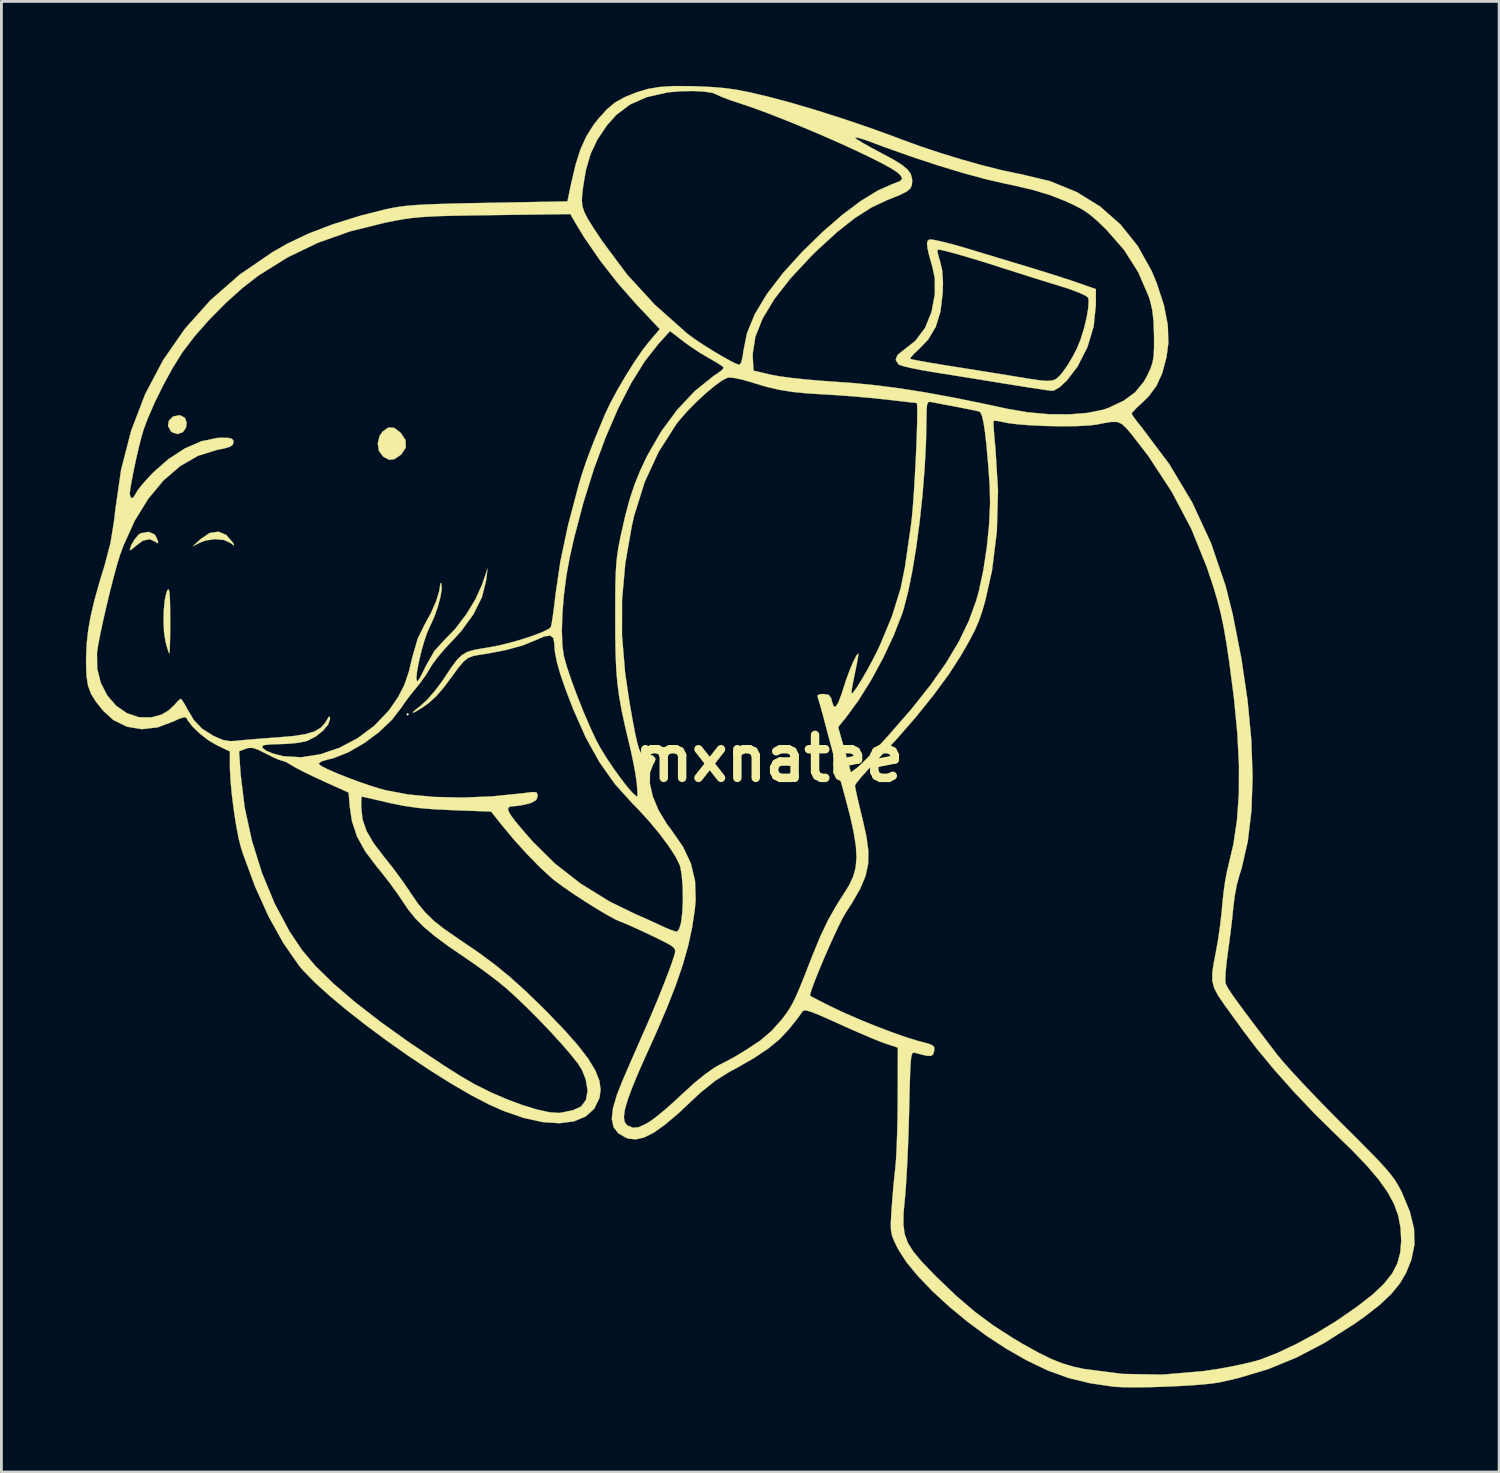
<source format=kicad_pcb>
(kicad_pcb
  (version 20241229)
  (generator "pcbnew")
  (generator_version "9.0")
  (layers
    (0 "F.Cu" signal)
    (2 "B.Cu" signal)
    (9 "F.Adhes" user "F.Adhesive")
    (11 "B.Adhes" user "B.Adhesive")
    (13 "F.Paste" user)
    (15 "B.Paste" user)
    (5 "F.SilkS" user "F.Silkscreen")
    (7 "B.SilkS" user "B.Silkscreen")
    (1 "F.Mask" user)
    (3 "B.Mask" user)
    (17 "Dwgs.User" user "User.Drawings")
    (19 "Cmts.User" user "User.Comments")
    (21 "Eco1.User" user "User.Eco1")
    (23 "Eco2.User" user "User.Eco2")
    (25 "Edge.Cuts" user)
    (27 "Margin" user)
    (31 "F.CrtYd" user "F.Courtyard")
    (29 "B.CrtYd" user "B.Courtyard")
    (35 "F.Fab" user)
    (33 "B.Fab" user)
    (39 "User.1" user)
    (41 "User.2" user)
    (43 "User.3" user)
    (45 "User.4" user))
  (footprint "mxnatee"
    (layer "F.Cu")
    (at 24.245 23.868)
    (property "Reference" "mxnatee" (at 0 0 0) (layer "F.SilkS") (effects (font (size 1.524 1.524) (thickness 0.3))))
    (attr through_hole)
    (fp_poly (pts (xy -12.785 -1.566) (xy -12.827 -1.524) (xy -12.869 -1.566) (xy -12.827 -1.609) (xy -12.785 -1.566)) (stroke (width 0.01) (type solid)) (fill yes) (layer "F.SilkS"))
    (fp_poly (pts (xy -20.896 -12.177) (xy -20.734 -12.09) (xy -20.67 -11.925) (xy -20.695 -11.737) (xy -20.802 -11.582) (xy -20.983 -11.515) (xy -20.991 -11.515) (xy -21.175 -11.571) (xy -21.234 -11.616) (xy -21.333 -11.807) (xy -21.297 -11.995) (xy -21.153 -12.136) (xy -20.93 -12.181) (xy -20.896 -12.177)) (stroke (width 0.01) (type solid)) (fill yes) (layer "F.SilkS"))
    (fp_poly (pts (xy -19.262 -7.931) (xy -19.026 -7.655) (xy -19.006 -7.62) (xy -18.987 -7.556) (xy -19.072 -7.613) (xy -19.106 -7.641) (xy -19.344 -7.753) (xy -19.666 -7.784) (xy -20.006 -7.733) (xy -20.193 -7.661) (xy -20.447 -7.534) (xy -20.17 -7.789) (xy -19.851 -8.001) (xy -19.543 -8.047) (xy -19.262 -7.931)) (stroke (width 0.01) (type solid)) (fill yes) (layer "F.SilkS"))
    (fp_poly (pts (xy -21.822 -7.958) (xy -21.762 -7.88) (xy -21.686 -7.703) (xy -21.692 -7.633) (xy -21.776 -7.688) (xy -21.979 -7.783) (xy -22.224 -7.729) (xy -22.453 -7.562) (xy -22.602 -7.433) (xy -22.685 -7.389) (xy -22.691 -7.397) (xy -22.64 -7.562) (xy -22.522 -7.766) (xy -22.383 -7.935) (xy -22.306 -7.991) (xy -22.027 -8.041) (xy -21.822 -7.958)) (stroke (width 0.01) (type solid)) (fill yes) (layer "F.SilkS"))
    (fp_poly (pts (xy -13.308 -11.734) (xy -13.083 -11.567) (xy -13.077 -11.561) (xy -12.903 -11.299) (xy -12.892 -11.038) (xy -13.042 -10.802) (xy -13.092 -10.759) (xy -13.308 -10.618) (xy -13.479 -10.6) (xy -13.676 -10.7) (xy -13.697 -10.715) (xy -13.845 -10.911) (xy -13.887 -11.176) (xy -13.823 -11.446) (xy -13.716 -11.599) (xy -13.509 -11.744) (xy -13.308 -11.734)) (stroke (width 0.01) (type solid)) (fill yes) (layer "F.SilkS"))
    (fp_poly (pts (xy -21.286 -5.934) (xy -21.268 -5.745) (xy -21.258 -5.42) (xy -21.254 -4.943) (xy -21.254 -4.932) (xy -21.255 -4.502) (xy -21.261 -4.139) (xy -21.269 -3.875) (xy -21.28 -3.738) (xy -21.285 -3.725) (xy -21.322 -3.8) (xy -21.38 -3.991) (xy -21.423 -4.158) (xy -21.472 -4.478) (xy -21.49 -4.865) (xy -21.481 -5.267) (xy -21.445 -5.629) (xy -21.385 -5.898) (xy -21.352 -5.973) (xy -21.314 -6.005) (xy -21.286 -5.934)) (stroke (width 0.01) (type solid)) (fill yes) (layer "F.SilkS"))
    (fp_poly (pts (xy 5.814 -18.411) (xy 6.065 -18.36) (xy 6.415 -18.273) (xy 6.834 -18.157) (xy 7.079 -18.084) (xy 7.626 -17.918) (xy 8.222 -17.738) (xy 8.799 -17.563) (xy 9.292 -17.414) (xy 9.356 -17.395) (xy 9.82 -17.252) (xy 10.294 -17.102) (xy 10.718 -16.964) (xy 10.986 -16.872) (xy 11.599 -16.657) (xy 11.599 -16.091) (xy 11.521 -15.333) (xy 11.298 -14.59) (xy 10.947 -13.906) (xy 10.567 -13.412) (xy 10.316 -13.177) (xy 10.111 -13.059) (xy 10.043 -13.049) (xy 9.904 -13.065) (xy 9.628 -13.105) (xy 9.247 -13.162) (xy 8.792 -13.234) (xy 8.382 -13.3) (xy 7.794 -13.395) (xy 7.163 -13.497) (xy 6.55 -13.596) (xy 6.015 -13.682) (xy 5.806 -13.715) (xy 5.387 -13.787) (xy 5.024 -13.86) (xy 4.753 -13.926) (xy 4.608 -13.977) (xy 4.599 -13.982) (xy 4.495 -14.145) (xy 4.508 -14.182) (xy 5.009 -14.182) (xy 5.102 -14.157) (xy 5.333 -14.111) (xy 5.676 -14.05) (xy 6.099 -13.979) (xy 6.44 -13.924) (xy 7 -13.836) (xy 7.588 -13.742) (xy 8.148 -13.652) (xy 8.621 -13.575) (xy 8.763 -13.551) (xy 9.265 -13.469) (xy 9.628 -13.417) (xy 9.884 -13.398) (xy 10.062 -13.414) (xy 10.19 -13.469) (xy 10.299 -13.564) (xy 10.411 -13.695) (xy 10.589 -13.945) (xy 10.785 -14.273) (xy 10.925 -14.543) (xy 11.059 -14.875) (xy 11.178 -15.258) (xy 11.272 -15.646) (xy 11.331 -15.995) (xy 11.344 -16.257) (xy 11.327 -16.351) (xy 11.229 -16.427) (xy 10.998 -16.533) (xy 10.668 -16.656) (xy 10.36 -16.755) (xy 9.882 -16.903) (xy 9.324 -17.077) (xy 8.766 -17.254) (xy 8.424 -17.363) (xy 7.767 -17.573) (xy 7.188 -17.75) (xy 6.704 -17.893) (xy 6.329 -17.994) (xy 6.082 -18.051) (xy 5.978 -18.057) (xy 5.978 -18.057) (xy 5.981 -17.963) (xy 6.031 -17.765) (xy 6.071 -17.64) (xy 6.147 -17.313) (xy 6.173 -16.9) (xy 6.163 -16.525) (xy 6.084 -15.86) (xy 5.917 -15.318) (xy 5.648 -14.869) (xy 5.351 -14.558) (xy 5.156 -14.375) (xy 5.033 -14.238) (xy 5.009 -14.182) (xy 4.508 -14.182) (xy 4.556 -14.315) (xy 4.72 -14.449) (xy 5.193 -14.821) (xy 5.538 -15.28) (xy 5.767 -15.844) (xy 5.884 -16.477) (xy 5.882 -17.046) (xy 5.799 -17.441) (xy 5.684 -17.848) (xy 5.621 -18.121) (xy 5.607 -18.291) (xy 5.639 -18.383) (xy 5.693 -18.418) (xy 5.814 -18.411)) (stroke (width 0.01) (type solid)) (fill yes) (layer "F.SilkS"))
    (fp_poly (pts (xy -2.806 -23.861) (xy -2.504 -23.852) (xy -1.992 -23.827) (xy -1.559 -23.79) (xy -1.147 -23.732) (xy -0.704 -23.645) (xy -0.172 -23.521) (xy 0.042 -23.468) (xy 0.817 -23.26) (xy 1.695 -23) (xy 2.624 -22.704) (xy 3.553 -22.389) (xy 4.429 -22.072) (xy 4.699 -21.969) (xy 5.354 -21.73) (xy 6.078 -21.489) (xy 6.828 -21.259) (xy 7.56 -21.053) (xy 8.233 -20.883) (xy 8.803 -20.76) (xy 8.932 -20.737) (xy 9.973 -20.488) (xy 10.913 -20.105) (xy 11.748 -19.591) (xy 12.473 -18.951) (xy 13.084 -18.189) (xy 13.577 -17.307) (xy 13.764 -16.858) (xy 14.018 -16.075) (xy 14.153 -15.38) (xy 14.173 -14.742) (xy 14.107 -14.243) (xy 13.954 -13.671) (xy 13.749 -13.22) (xy 13.468 -12.844) (xy 13.254 -12.636) (xy 13.05 -12.448) (xy 12.911 -12.301) (xy 12.869 -12.237) (xy 12.92 -12.146) (xy 13.052 -11.966) (xy 13.233 -11.74) (xy 14.202 -10.449) (xy 15.019 -9.085) (xy 15.686 -7.644) (xy 16.205 -6.122) (xy 16.457 -5.115) (xy 16.764 -3.548) (xy 16.984 -2.056) (xy 17.117 -0.65) (xy 17.163 0.659) (xy 17.121 1.86) (xy 16.992 2.942) (xy 16.775 3.894) (xy 16.69 4.161) (xy 16.604 4.478) (xy 16.528 4.879) (xy 16.478 5.279) (xy 16.476 5.292) (xy 16.438 5.682) (xy 16.381 6.161) (xy 16.317 6.653) (xy 16.285 6.877) (xy 16.235 7.269) (xy 16.203 7.616) (xy 16.194 7.872) (xy 16.203 7.978) (xy 16.238 8.062) (xy 16.31 8.19) (xy 16.431 8.373) (xy 16.61 8.625) (xy 16.856 8.959) (xy 17.178 9.389) (xy 17.587 9.927) (xy 18.029 10.506) (xy 18.234 10.754) (xy 18.539 11.097) (xy 18.922 11.511) (xy 19.361 11.974) (xy 19.835 12.462) (xy 20.322 12.953) (xy 20.366 12.996) (xy 20.887 13.515) (xy 21.302 13.934) (xy 21.627 14.269) (xy 21.875 14.54) (xy 22.064 14.764) (xy 22.208 14.957) (xy 22.322 15.139) (xy 22.422 15.327) (xy 22.468 15.42) (xy 22.746 16.093) (xy 22.892 16.693) (xy 22.908 17.251) (xy 22.796 17.798) (xy 22.613 18.251) (xy 22.388 18.636) (xy 22.081 19.011) (xy 21.671 19.397) (xy 21.137 19.813) (xy 20.743 20.09) (xy 19.711 20.744) (xy 18.712 21.267) (xy 17.704 21.679) (xy 16.641 21.997) (xy 15.976 22.148) (xy 15.678 22.191) (xy 15.251 22.231) (xy 14.736 22.266) (xy 14.175 22.294) (xy 13.607 22.313) (xy 13.075 22.322) (xy 12.617 22.319) (xy 12.276 22.303) (xy 12.234 22.299) (xy 11.4 22.177) (xy 10.64 21.993) (xy 9.907 21.729) (xy 9.153 21.369) (xy 8.424 20.953) (xy 7.734 20.503) (xy 7.052 19.999) (xy 6.401 19.462) (xy 5.805 18.914) (xy 5.288 18.377) (xy 4.873 17.872) (xy 4.584 17.422) (xy 4.569 17.393) (xy 4.443 17.137) (xy 4.365 16.937) (xy 4.328 16.743) (xy 4.322 16.5) (xy 4.339 16.157) (xy 4.348 16.024) (xy 4.383 15.562) (xy 4.426 15.065) (xy 4.471 14.624) (xy 4.483 14.52) (xy 4.508 14.224) (xy 4.53 13.796) (xy 4.548 13.277) (xy 4.561 12.705) (xy 4.567 12.118) (xy 4.567 12.054) (xy 4.572 10.264) (xy 4.149 10.126) (xy 3.923 10.042) (xy 3.582 9.903) (xy 3.165 9.724) (xy 2.711 9.524) (xy 2.489 9.423) (xy 2.023 9.213) (xy 1.686 9.068) (xy 1.457 8.981) (xy 1.311 8.944) (xy 1.225 8.951) (xy 1.177 8.993) (xy 1.171 9.004) (xy 1.079 9.137) (xy 0.911 9.355) (xy 0.703 9.613) (xy 0.679 9.642) (xy 0.361 9.977) (xy -0.034 10.301) (xy -0.531 10.633) (xy -1.156 10.991) (xy -1.407 11.124) (xy -1.905 11.437) (xy -2.435 11.863) (xy -2.677 12.088) (xy -3.235 12.612) (xy -3.706 13.009) (xy -4.103 13.288) (xy -4.441 13.455) (xy -4.733 13.521) (xy -4.995 13.492) (xy -5.079 13.462) (xy -5.352 13.303) (xy -5.519 13.085) (xy -5.581 12.792) (xy -5.538 12.408) (xy -5.392 11.918) (xy -5.202 11.442) (xy -4.996 10.963) (xy -4.756 10.414) (xy -4.521 9.878) (xy -4.402 9.61) (xy -4.183 9.106) (xy -3.963 8.582) (xy -3.757 8.071) (xy -3.578 7.608) (xy -3.438 7.225) (xy -3.352 6.958) (xy -3.342 6.923) (xy -3.329 6.827) (xy -3.358 6.744) (xy -3.454 6.657) (xy -3.642 6.547) (xy -3.946 6.395) (xy -4.181 6.282) (xy -4.554 6.107) (xy -4.886 5.955) (xy -5.14 5.845) (xy -5.267 5.796) (xy -5.461 5.711) (xy -5.758 5.548) (xy -6.124 5.331) (xy -6.525 5.08) (xy -6.927 4.817) (xy -7.295 4.564) (xy -7.595 4.343) (xy -7.709 4.251) (xy -8.123 3.872) (xy -8.588 3.397) (xy -9.062 2.873) (xy -9.502 2.344) (xy -9.525 2.315) (xy -9.864 1.886) (xy -11.218 1.837) (xy -11.897 1.804) (xy -12.46 1.755) (xy -12.964 1.683) (xy -13.462 1.582) (xy -13.503 1.572) (xy -13.875 1.485) (xy -14.18 1.415) (xy -14.385 1.369) (xy -14.455 1.355) (xy -14.468 1.431) (xy -14.474 1.624) (xy -14.473 1.757) (xy -14.426 2.17) (xy -14.286 2.576) (xy -14.035 3.008) (xy -13.66 3.5) (xy -13.655 3.505) (xy -13.362 3.874) (xy -13.052 4.291) (xy -12.784 4.677) (xy -12.738 4.749) (xy -12.468 5.144) (xy -12.201 5.47) (xy -11.899 5.763) (xy -11.525 6.058) (xy -11.04 6.393) (xy -11.007 6.415) (xy -10.342 6.867) (xy -9.759 7.297) (xy -9.215 7.74) (xy -8.666 8.233) (xy -8.069 8.811) (xy -7.853 9.027) (xy -7.248 9.657) (xy -6.771 10.199) (xy -6.413 10.666) (xy -6.167 11.072) (xy -6.024 11.429) (xy -5.978 11.751) (xy -6.018 12.049) (xy -6.202 12.431) (xy -6.509 12.708) (xy -6.925 12.881) (xy -7.438 12.947) (xy -8.036 12.907) (xy -8.708 12.759) (xy -9.44 12.504) (xy -9.961 12.271) (xy -10.597 11.939) (xy -11.299 11.53) (xy -12.042 11.063) (xy -12.806 10.553) (xy -13.566 10.017) (xy -14.301 9.472) (xy -14.988 8.934) (xy -15.605 8.419) (xy -16.128 7.945) (xy -16.535 7.527) (xy -16.679 7.357) (xy -17.234 6.559) (xy -17.759 5.616) (xy -18.242 4.548) (xy -18.673 3.38) (xy -18.739 3.175) (xy -18.825 2.839) (xy -18.912 2.384) (xy -18.993 1.86) (xy -19.062 1.317) (xy -19.111 0.806) (xy -19.134 0.376) (xy -19.135 0.296) (xy -19.135 -0.249) (xy -19.141 -0.252) (xy -18.812 -0.252) (xy -18.754 0.572) (xy -18.611 1.743) (xy -18.354 2.921) (xy -17.995 4.07) (xy -17.545 5.156) (xy -17.018 6.144) (xy -16.569 6.812) (xy -16.096 7.371) (xy -15.47 7.984) (xy -14.698 8.646) (xy -13.787 9.353) (xy -12.743 10.099) (xy -11.572 10.88) (xy -10.941 11.281) (xy -10.431 11.575) (xy -9.875 11.851) (xy -9.304 12.098) (xy -8.746 12.306) (xy -8.233 12.463) (xy -7.794 12.559) (xy -7.459 12.583) (xy -7.366 12.571) (xy -7.196 12.535) (xy -6.965 12.488) (xy -6.964 12.488) (xy -6.673 12.357) (xy -6.497 12.118) (xy -6.439 11.789) (xy -6.505 11.392) (xy -6.645 11.044) (xy -6.788 10.823) (xy -7.034 10.511) (xy -7.361 10.133) (xy -7.746 9.711) (xy -8.167 9.27) (xy -8.602 8.834) (xy -9.029 8.427) (xy -9.313 8.17) (xy -9.614 7.922) (xy -10.004 7.624) (xy -10.426 7.318) (xy -10.753 7.094) (xy -11.366 6.675) (xy -11.854 6.314) (xy -12.24 5.99) (xy -12.548 5.683) (xy -12.801 5.371) (xy -12.966 5.127) (xy -13.192 4.792) (xy -13.481 4.396) (xy -13.786 4.007) (xy -13.907 3.86) (xy -14.333 3.297) (xy -14.625 2.767) (xy -14.803 2.228) (xy -14.879 1.728) (xy -14.922 1.212) (xy -15.822 0.806) (xy -16.203 0.629) (xy -16.548 0.46) (xy -16.814 0.321) (xy -16.946 0.242) (xy -17.133 0.132) (xy -17.271 0.085) (xy -17.273 0.085) (xy -17.397 0.047) (xy -17.618 -0.051) (xy -17.859 -0.173) (xy -18.141 -0.313) (xy -18.333 -0.375) (xy -18.486 -0.37) (xy -18.577 -0.341) (xy -18.812 -0.252) (xy -19.141 -0.252) (xy -19.593 -0.466) (xy -19.892 -0.641) (xy -20.194 -0.873) (xy -20.455 -1.123) (xy -20.631 -1.35) (xy -20.671 -1.433) (xy -20.75 -1.468) (xy -20.941 -1.407) (xy -21.126 -1.318) (xy -21.699 -1.102) (xy -22.262 -1.039) (xy -22.792 -1.127) (xy -23.27 -1.362) (xy -23.626 -1.685) (xy -23.89 -2.012) (xy -24.067 -2.299) (xy -24.174 -2.593) (xy -24.226 -2.944) (xy -24.24 -3.401) (xy -24.239 -3.556) (xy -24.231 -3.752) (xy -23.853 -3.752) (xy -23.846 -3.191) (xy -23.717 -2.678) (xy -23.486 -2.231) (xy -23.171 -1.867) (xy -22.791 -1.605) (xy -22.365 -1.462) (xy -21.911 -1.457) (xy -21.559 -1.556) (xy -21.31 -1.704) (xy -21.105 -1.895) (xy -20.973 -2.046) (xy -20.885 -2.116) (xy -20.881 -2.117) (xy -20.817 -2.048) (xy -20.712 -1.873) (xy -20.651 -1.757) (xy -20.408 -1.351) (xy -20.122 -1.055) (xy -19.737 -0.81) (xy -19.694 -0.788) (xy -19.388 -0.656) (xy -19.124 -0.612) (xy -18.89 -0.626) (xy -18.65 -0.651) (xy -18.291 -0.682) (xy -17.863 -0.716) (xy -17.441 -0.746) (xy -16.869 -0.796) (xy -16.44 -0.864) (xy -16.128 -0.959) (xy -15.907 -1.09) (xy -15.753 -1.265) (xy -15.711 -1.335) (xy -15.625 -1.479) (xy -15.589 -1.48) (xy -15.582 -1.392) (xy -15.651 -1.198) (xy -15.834 -0.981) (xy -16.089 -0.779) (xy -16.374 -0.632) (xy -16.468 -0.601) (xy -16.739 -0.551) (xy -17.091 -0.518) (xy -17.364 -0.508) (xy -17.657 -0.5) (xy -17.878 -0.479) (xy -17.977 -0.452) (xy -17.973 -0.366) (xy -17.833 -0.266) (xy -17.588 -0.167) (xy -17.27 -0.085) (xy -17.235 -0.078) (xy -16.6 -0.041) (xy -15.928 -0.145) (xy -15.251 -0.375) (xy -14.601 -0.718) (xy -14.01 -1.159) (xy -13.509 -1.684) (xy -13.46 -1.748) (xy -13.161 -2.184) (xy -12.943 -2.609) (xy -12.78 -3.088) (xy -12.661 -3.592) (xy -12.472 -4.243) (xy -12.233 -4.735) (xy -11.999 -5.161) (xy -11.815 -5.581) (xy -11.703 -5.946) (xy -11.677 -6.128) (xy -11.657 -6.228) (xy -11.629 -6.204) (xy -11.616 -6.022) (xy -11.663 -5.733) (xy -11.755 -5.386) (xy -11.881 -5.026) (xy -12.028 -4.702) (xy -12.034 -4.691) (xy -12.141 -4.446) (xy -12.25 -4.122) (xy -12.351 -3.76) (xy -12.435 -3.4) (xy -12.494 -3.081) (xy -12.516 -2.844) (xy -12.495 -2.73) (xy -12.442 -2.779) (xy -12.342 -2.949) (xy -12.216 -3.206) (xy -12.192 -3.26) (xy -11.878 -3.811) (xy -11.553 -4.17) (xy -11.141 -4.594) (xy -10.749 -5.109) (xy -10.417 -5.654) (xy -10.185 -6.17) (xy -10.182 -6.179) (xy -9.993 -6.731) (xy -10.043 -6.308) (xy -10.191 -5.72) (xy -10.493 -5.113) (xy -10.936 -4.506) (xy -11.235 -4.182) (xy -11.516 -3.882) (xy -11.769 -3.583) (xy -11.956 -3.331) (xy -12.016 -3.231) (xy -12.174 -2.969) (xy -12.388 -2.672) (xy -12.515 -2.515) (xy -12.738 -2.242) (xy -12.947 -1.959) (xy -13.037 -1.823) (xy -13.386 -1.37) (xy -13.847 -0.931) (xy -14.378 -0.537) (xy -14.934 -0.218) (xy -15.473 -0.005) (xy -15.688 0.046) (xy -15.888 0.106) (xy -15.978 0.181) (xy -15.978 0.2) (xy -15.886 0.273) (xy -15.667 0.384) (xy -15.352 0.522) (xy -14.974 0.674) (xy -14.566 0.826) (xy -14.161 0.965) (xy -13.792 1.08) (xy -13.61 1.129) (xy -12.807 1.28) (xy -11.884 1.367) (xy -10.877 1.39) (xy -9.823 1.347) (xy -8.757 1.239) (xy -8.615 1.22) (xy -8.373 1.192) (xy -8.254 1.208) (xy -8.215 1.28) (xy -8.213 1.339) (xy -8.262 1.477) (xy -8.432 1.574) (xy -8.53 1.604) (xy -8.79 1.663) (xy -9.01 1.692) (xy -9.033 1.693) (xy -9.181 1.705) (xy -9.259 1.753) (xy -9.258 1.849) (xy -9.17 2.011) (xy -8.989 2.253) (xy -8.705 2.59) (xy -8.386 2.954) (xy -7.598 3.733) (xy -6.68 4.449) (xy -5.665 5.076) (xy -4.741 5.527) (xy -4.382 5.684) (xy -4.012 5.852) (xy -3.768 5.967) (xy -3.519 6.075) (xy -3.329 6.139) (xy -3.26 6.147) (xy -3.193 6.057) (xy -3.13 5.861) (xy -3.117 5.793) (xy -3.075 5.431) (xy -3.058 5.001) (xy -3.066 4.558) (xy -3.097 4.158) (xy -3.148 3.855) (xy -3.167 3.794) (xy -3.316 3.488) (xy -3.567 3.101) (xy -3.895 2.663) (xy -4.275 2.206) (xy -4.684 1.762) (xy -4.837 1.609) (xy -5.461 0.92) (xy -6.011 0.144) (xy -6.506 -0.745) (xy -6.955 -1.759) (xy -7.217 -2.44) (xy -7.408 -2.993) (xy -7.535 -3.442) (xy -7.603 -3.808) (xy -7.62 -4.071) (xy -7.654 -4.274) (xy -7.768 -4.36) (xy -7.977 -4.331) (xy -8.292 -4.194) (xy -8.746 -4.01) (xy -9.329 -3.849) (xy -10.001 -3.719) (xy -10.245 -3.683) (xy -10.494 -3.639) (xy -10.683 -3.564) (xy -10.852 -3.428) (xy -11.041 -3.201) (xy -11.214 -2.963) (xy -11.535 -2.531) (xy -11.809 -2.212) (xy -12.068 -1.974) (xy -12.296 -1.811) (xy -12.54 -1.663) (xy -12.647 -1.616) (xy -12.616 -1.666) (xy -12.445 -1.81) (xy -12.347 -1.885) (xy -12.131 -2.086) (xy -11.874 -2.38) (xy -11.621 -2.713) (xy -11.542 -2.829) (xy -11.285 -3.216) (xy -11.084 -3.486) (xy -10.904 -3.665) (xy -10.709 -3.779) (xy -10.462 -3.853) (xy -10.127 -3.912) (xy -9.97 -3.936) (xy -9.594 -4.007) (xy -9.176 -4.11) (xy -8.754 -4.231) (xy -8.363 -4.361) (xy -8.039 -4.487) (xy -7.925 -4.544) (xy -7.354 -4.544) (xy -7.337 -4.024) (xy -7.283 -3.635) (xy -7.172 -3.24) (xy -7.004 -2.742) (xy -6.797 -2.185) (xy -6.57 -1.618) (xy -6.34 -1.085) (xy -6.128 -0.635) (xy -5.992 -0.381) (xy -5.77 -0.021) (xy -5.524 0.346) (xy -5.275 0.694) (xy -5.042 0.995) (xy -4.848 1.22) (xy -4.714 1.341) (xy -4.679 1.355) (xy -4.67 1.278) (xy -4.678 1.081) (xy -4.695 0.873) (xy -4.736 0.576) (xy -4.808 0.18) (xy -4.899 -0.25) (xy -4.948 -0.46) (xy -5.106 -1.124) (xy -5.228 -1.688) (xy -5.318 -2.19) (xy -5.382 -2.671) (xy -5.423 -3.172) (xy -5.447 -3.733) (xy -5.457 -4.365) (xy -5.219 -4.365) (xy -5.108 -3.031) (xy -4.953 -1.99) (xy -4.844 -1.368) (xy -4.754 -0.896) (xy -4.678 -0.555) (xy -4.61 -0.325) (xy -4.545 -0.19) (xy -4.477 -0.131) (xy -4.401 -0.128) (xy -4.385 -0.133) (xy -4.193 -0.129) (xy -4.104 -0.083) (xy -4.027 0.013) (xy -4.064 0.131) (xy -4.108 0.197) (xy -4.226 0.504) (xy -4.229 0.9) (xy -4.125 1.354) (xy -3.922 1.839) (xy -3.628 2.325) (xy -3.491 2.507) (xy -3.058 3.128) (xy -2.773 3.73) (xy -2.626 4.35) (xy -2.605 5.025) (xy -2.636 5.376) (xy -2.733 6.011) (xy -2.871 6.651) (xy -3.061 7.321) (xy -3.309 8.046) (xy -3.624 8.851) (xy -4.015 9.761) (xy -4.272 10.329) (xy -4.595 11.052) (xy -4.841 11.639) (xy -5.014 12.104) (xy -5.116 12.461) (xy -5.152 12.723) (xy -5.126 12.904) (xy -5.04 13.016) (xy -5.016 13.032) (xy -4.831 13.107) (xy -4.638 13.093) (xy -4.392 12.983) (xy -4.212 12.874) (xy -3.994 12.715) (xy -3.697 12.471) (xy -3.361 12.174) (xy -3.047 11.881) (xy -2.65 11.519) (xy -2.265 11.206) (xy -1.931 10.972) (xy -1.794 10.894) (xy -1.52 10.753) (xy -1.296 10.634) (xy -1.185 10.572) (xy -1.024 10.473) (xy -0.817 10.348) (xy -0.31 10.012) (xy 0.092 9.67) (xy 0.447 9.272) (xy 0.463 9.252) (xy 0.602 9.069) (xy 0.722 8.891) (xy 0.835 8.693) (xy 0.954 8.449) (xy 0.964 8.426) (xy 1.458 8.426) (xy 1.539 8.471) (xy 1.736 8.573) (xy 2.014 8.715) (xy 2.159 8.788) (xy 2.639 9.016) (xy 3.195 9.259) (xy 3.782 9.498) (xy 4.358 9.718) (xy 4.878 9.901) (xy 5.298 10.029) (xy 5.366 10.046) (xy 5.653 10.122) (xy 5.808 10.186) (xy 5.867 10.262) (xy 5.862 10.374) (xy 5.859 10.389) (xy 5.822 10.506) (xy 5.744 10.56) (xy 5.589 10.552) (xy 5.321 10.487) (xy 5.198 10.452) (xy 5.143 10.44) (xy 5.101 10.452) (xy 5.068 10.508) (xy 5.043 10.625) (xy 5.024 10.824) (xy 5.009 11.123) (xy 4.995 11.54) (xy 4.981 12.096) (xy 4.971 12.545) (xy 4.953 13.196) (xy 4.929 13.85) (xy 4.9 14.468) (xy 4.869 15.014) (xy 4.838 15.449) (xy 4.821 15.629) (xy 4.774 16.136) (xy 4.768 16.544) (xy 4.814 16.886) (xy 4.928 17.196) (xy 5.123 17.507) (xy 5.412 17.853) (xy 5.809 18.267) (xy 5.961 18.42) (xy 6.655 19.084) (xy 7.307 19.642) (xy 7.968 20.132) (xy 8.685 20.593) (xy 9 20.779) (xy 9.55 21.085) (xy 10.006 21.31) (xy 10.412 21.473) (xy 10.814 21.591) (xy 11.187 21.671) (xy 12.545 21.845) (xy 13.942 21.871) (xy 15.396 21.749) (xy 15.952 21.666) (xy 16.404 21.583) (xy 16.849 21.49) (xy 17.23 21.397) (xy 17.451 21.333) (xy 18.051 21.098) (xy 18.726 20.778) (xy 19.427 20.399) (xy 20.103 19.987) (xy 20.236 19.899) (xy 20.901 19.436) (xy 21.426 19.025) (xy 21.825 18.647) (xy 22.112 18.286) (xy 22.3 17.924) (xy 22.403 17.542) (xy 22.437 17.123) (xy 22.437 17.101) (xy 22.412 16.65) (xy 22.331 16.226) (xy 22.183 15.813) (xy 21.954 15.392) (xy 21.634 14.943) (xy 21.212 14.448) (xy 20.675 13.889) (xy 20.074 13.307) (xy 19.348 12.591) (xy 18.622 11.825) (xy 17.932 11.05) (xy 17.313 10.303) (xy 16.849 9.692) (xy 16.639 9.402) (xy 16.388 9.056) (xy 16.181 8.77) (xy 15.948 8.433) (xy 15.802 8.158) (xy 15.733 7.896) (xy 15.733 7.597) (xy 15.792 7.211) (xy 15.843 6.958) (xy 15.929 6.486) (xy 16.008 5.941) (xy 16.068 5.415) (xy 16.082 5.249) (xy 16.125 4.812) (xy 16.185 4.377) (xy 16.253 4.01) (xy 16.288 3.866) (xy 16.48 3.054) (xy 16.609 2.191) (xy 16.675 1.257) (xy 16.679 0.236) (xy 16.621 -0.891) (xy 16.501 -2.141) (xy 16.333 -3.429) (xy 16.231 -4.108) (xy 16.134 -4.668) (xy 16.03 -5.16) (xy 15.907 -5.635) (xy 15.754 -6.142) (xy 15.557 -6.731) (xy 15.534 -6.798) (xy 14.988 -8.147) (xy 14.289 -9.472) (xy 13.456 -10.742) (xy 12.892 -11.472) (xy 12.684 -11.721) (xy 12.521 -11.873) (xy 12.356 -11.942) (xy 12.141 -11.943) (xy 11.83 -11.891) (xy 11.642 -11.852) (xy 11.34 -11.815) (xy 10.914 -11.794) (xy 10.409 -11.789) (xy 9.869 -11.798) (xy 9.339 -11.82) (xy 8.864 -11.855) (xy 8.488 -11.901) (xy 8.342 -11.93) (xy 8.124 -11.975) (xy 7.988 -11.985) (xy 7.972 -11.979) (xy 7.966 -11.886) (xy 7.977 -11.661) (xy 8.003 -11.339) (xy 8.033 -11.031) (xy 8.126 -9.517) (xy 8.086 -8.057) (xy 7.914 -6.671) (xy 7.674 -5.598) (xy 7.557 -5.195) (xy 7.437 -4.854) (xy 7.293 -4.526) (xy 7.103 -4.162) (xy 6.845 -3.713) (xy 6.803 -3.641) (xy 6.377 -2.981) (xy 5.838 -2.248) (xy 5.211 -1.469) (xy 4.517 -0.672) (xy 3.779 0.114) (xy 3.499 0.41) (xy 3.268 0.667) (xy 3.11 0.861) (xy 3.048 0.963) (xy 3.048 0.966) (xy 3.068 1.082) (xy 3.121 1.329) (xy 3.201 1.67) (xy 3.298 2.071) (xy 3.311 2.121) (xy 3.454 2.76) (xy 3.526 3.287) (xy 3.518 3.745) (xy 3.424 4.177) (xy 3.235 4.624) (xy 2.945 5.13) (xy 2.723 5.473) (xy 2.612 5.666) (xy 2.465 5.96) (xy 2.293 6.325) (xy 2.11 6.732) (xy 1.927 7.152) (xy 1.759 7.556) (xy 1.616 7.915) (xy 1.512 8.199) (xy 1.458 8.378) (xy 1.458 8.426) (xy 0.964 8.426) (xy 1.091 8.131) (xy 1.26 7.713) (xy 1.473 7.169) (xy 1.528 7.027) (xy 1.816 6.325) (xy 2.099 5.732) (xy 2.406 5.19) (xy 2.65 4.811) (xy 2.845 4.496) (xy 2.986 4.192) (xy 3.073 3.876) (xy 3.105 3.525) (xy 3.083 3.116) (xy 3.006 2.627) (xy 2.874 2.034) (xy 2.685 1.315) (xy 2.586 0.955) (xy 2.438 0.425) (xy 2.288 -0.123) (xy 2.149 -0.636) (xy 2.037 -1.059) (xy 2.024 -1.111) (xy 2.452 -1.111) (xy 2.679 -0.309) (xy 2.905 0.493) (xy 3.137 0.322) (xy 3.274 0.2) (xy 3.497 -0.022) (xy 3.78 -0.317) (xy 4.096 -0.658) (xy 4.245 -0.822) (xy 5.053 -1.751) (xy 5.73 -2.603) (xy 6.288 -3.396) (xy 6.736 -4.145) (xy 7.085 -4.869) (xy 7.347 -5.583) (xy 7.45 -5.951) (xy 7.606 -6.682) (xy 7.728 -7.481) (xy 7.81 -8.289) (xy 7.846 -9.051) (xy 7.832 -9.694) (xy 7.773 -10.479) (xy 7.718 -11.107) (xy 7.664 -11.59) (xy 7.61 -11.939) (xy 7.555 -12.168) (xy 7.496 -12.288) (xy 7.462 -12.312) (xy 7.318 -12.346) (xy 7.057 -12.4) (xy 6.725 -12.465) (xy 6.604 -12.488) (xy 6.258 -12.553) (xy 5.963 -12.609) (xy 5.77 -12.647) (xy 5.736 -12.654) (xy 5.659 -12.65) (xy 5.614 -12.578) (xy 5.593 -12.405) (xy 5.588 -12.097) (xy 5.588 -12.078) (xy 5.57 -11.208) (xy 5.521 -10.284) (xy 5.445 -9.336) (xy 5.344 -8.395) (xy 5.223 -7.491) (xy 5.086 -6.655) (xy 4.936 -5.916) (xy 4.778 -5.305) (xy 4.719 -5.122) (xy 4.423 -4.363) (xy 4.048 -3.564) (xy 3.622 -2.778) (xy 3.172 -2.057) (xy 2.74 -1.465) (xy 2.452 -1.111) (xy 2.024 -1.111) (xy 2.004 -1.185) (xy 1.909 -1.547) (xy 1.823 -1.859) (xy 1.759 -2.075) (xy 1.737 -2.138) (xy 1.722 -2.243) (xy 1.824 -2.282) (xy 1.928 -2.286) (xy 2.113 -2.259) (xy 2.203 -2.142) (xy 2.232 -2.026) (xy 2.29 -1.852) (xy 2.364 -1.834) (xy 2.457 -1.975) (xy 2.573 -2.28) (xy 2.636 -2.481) (xy 2.749 -2.827) (xy 2.875 -3.162) (xy 2.997 -3.448) (xy 3.1 -3.649) (xy 3.167 -3.725) (xy 3.168 -3.725) (xy 3.166 -3.649) (xy 3.133 -3.446) (xy 3.075 -3.153) (xy 3.048 -3.027) (xy 2.982 -2.706) (xy 2.937 -2.455) (xy 2.922 -2.314) (xy 2.924 -2.298) (xy 2.986 -2.341) (xy 3.107 -2.507) (xy 3.27 -2.766) (xy 3.459 -3.092) (xy 3.656 -3.454) (xy 3.845 -3.824) (xy 3.942 -4.029) (xy 4.366 -5.052) (xy 4.669 -6.028) (xy 4.821 -6.777) (xy 4.875 -7.148) (xy 4.942 -7.611) (xy 5.011 -8.088) (xy 5.041 -8.297) (xy 5.073 -8.578) (xy 5.107 -8.962) (xy 5.14 -9.421) (xy 5.171 -9.929) (xy 5.2 -10.46) (xy 5.225 -10.986) (xy 5.244 -11.481) (xy 5.257 -11.918) (xy 5.262 -12.27) (xy 5.258 -12.511) (xy 5.244 -12.614) (xy 5.241 -12.615) (xy 5.148 -12.625) (xy 4.921 -12.65) (xy 4.591 -12.688) (xy 4.193 -12.734) (xy 4.148 -12.739) (xy 3.6 -12.796) (xy 2.976 -12.851) (xy 2.369 -12.895) (xy 2.032 -12.915) (xy 1.376 -12.954) (xy 0.839 -13.008) (xy 0.372 -13.082) (xy -0.076 -13.186) (xy -0.555 -13.328) (xy -0.618 -13.349) (xy -0.95 -13.444) (xy -1.241 -13.505) (xy -1.437 -13.52) (xy -1.464 -13.516) (xy -1.658 -13.42) (xy -1.931 -13.224) (xy -2.252 -12.955) (xy -2.589 -12.642) (xy -2.912 -12.313) (xy -3.189 -11.996) (xy -3.288 -11.869) (xy -3.919 -10.88) (xy -4.416 -9.804) (xy -4.784 -8.627) (xy -4.871 -8.25) (xy -5.101 -6.93) (xy -5.217 -5.649) (xy -5.219 -4.365) (xy -5.457 -4.365) (xy -5.457 -4.394) (xy -5.459 -4.953) (xy -5.458 -5.62) (xy -5.453 -6.148) (xy -5.441 -6.57) (xy -5.42 -6.916) (xy -5.388 -7.217) (xy -5.343 -7.505) (xy -5.283 -7.811) (xy -5.261 -7.916) (xy -5.101 -8.621) (xy -4.944 -9.205) (xy -4.775 -9.716) (xy -4.578 -10.203) (xy -4.338 -10.714) (xy -4.318 -10.753) (xy -3.828 -11.603) (xy -3.257 -12.376) (xy -2.629 -13.042) (xy -1.969 -13.574) (xy -1.841 -13.657) (xy -1.681 -13.776) (xy -1.609 -13.863) (xy -1.609 -13.866) (xy -1.678 -13.934) (xy -1.858 -14.052) (xy -2.087 -14.182) (xy -2.421 -14.377) (xy -2.79 -14.621) (xy -3.04 -14.802) (xy -3.514 -15.169) (xy -3.923 -14.718) (xy -4.412 -14.095) (xy -4.893 -13.322) (xy -5.359 -12.415) (xy -5.802 -11.392) (xy -6.216 -10.273) (xy -6.591 -9.074) (xy -6.922 -7.815) (xy -7.08 -7.112) (xy -7.195 -6.475) (xy -7.281 -5.808) (xy -7.334 -5.152) (xy -7.354 -4.544) (xy -7.925 -4.544) (xy -7.819 -4.597) (xy -7.745 -4.66) (xy -7.718 -4.769) (xy -7.679 -5.013) (xy -7.633 -5.357) (xy -7.583 -5.769) (xy -7.573 -5.861) (xy -7.404 -7.001) (xy -7.136 -8.268) (xy -6.77 -9.652) (xy -6.74 -9.759) (xy -6.625 -10.137) (xy -6.497 -10.517) (xy -6.343 -10.933) (xy -6.15 -11.422) (xy -5.903 -12.019) (xy -5.831 -12.192) (xy -5.636 -12.605) (xy -5.374 -13.093) (xy -5.072 -13.607) (xy -4.76 -14.101) (xy -4.466 -14.525) (xy -4.265 -14.782) (xy -3.877 -15.237) (xy -4.698 -16.106) (xy -5.36 -16.858) (xy -5.995 -17.671) (xy -6.556 -18.486) (xy -6.815 -18.91) (xy -7.053 -19.32) (xy -9.77 -19.284) (xy -10.535 -19.273) (xy -11.156 -19.262) (xy -11.658 -19.249) (xy -12.067 -19.231) (xy -12.408 -19.208) (xy -12.707 -19.177) (xy -12.988 -19.137) (xy -13.278 -19.085) (xy -13.601 -19.021) (xy -13.618 -19.018) (xy -14.879 -18.704) (xy -16.025 -18.297) (xy -17.091 -17.782) (xy -18.111 -17.145) (xy -18.137 -17.127) (xy -18.694 -16.694) (xy -19.285 -16.162) (xy -19.866 -15.575) (xy -20.392 -14.978) (xy -20.819 -14.417) (xy -20.848 -14.374) (xy -21.17 -13.854) (xy -21.499 -13.253) (xy -21.806 -12.628) (xy -22.063 -12.037) (xy -22.21 -11.635) (xy -22.286 -11.372) (xy -22.374 -11.017) (xy -22.467 -10.613) (xy -22.554 -10.203) (xy -22.626 -9.831) (xy -22.675 -9.54) (xy -22.691 -9.385) (xy -22.652 -9.249) (xy -22.567 -9.252) (xy -22.482 -9.389) (xy -22.478 -9.4) (xy -22.397 -9.534) (xy -22.224 -9.749) (xy -21.989 -10.009) (xy -21.851 -10.153) (xy -21.306 -10.631) (xy -20.727 -11.005) (xy -20.145 -11.257) (xy -19.591 -11.373) (xy -19.481 -11.379) (xy -19.209 -11.377) (xy -19.067 -11.349) (xy -19.013 -11.283) (xy -19.008 -11.223) (xy -19.035 -11.13) (xy -19.139 -11.06) (xy -19.355 -10.998) (xy -19.591 -10.951) (xy -20.263 -10.743) (xy -20.9 -10.377) (xy -21.494 -9.865) (xy -22.034 -9.216) (xy -22.511 -8.442) (xy -22.915 -7.552) (xy -23.031 -7.234) (xy -23.13 -6.916) (xy -23.248 -6.486) (xy -23.377 -5.983) (xy -23.507 -5.446) (xy -23.629 -4.915) (xy -23.733 -4.43) (xy -23.811 -4.029) (xy -23.853 -3.752) (xy -24.231 -3.752) (xy -24.22 -4.048) (xy -24.167 -4.537) (xy -24.075 -5.056) (xy -23.937 -5.639) (xy -23.744 -6.322) (xy -23.582 -6.85) (xy -23.374 -7.642) (xy -23.24 -8.47) (xy -23.208 -8.78) (xy -22.997 -10.245) (xy -22.64 -11.63) (xy -22.142 -12.93) (xy -21.504 -14.138) (xy -20.73 -15.252) (xy -19.824 -16.264) (xy -18.788 -17.171) (xy -17.626 -17.967) (xy -17.088 -18.274) (xy -16.349 -18.625) (xy -15.478 -18.958) (xy -14.512 -19.259) (xy -13.613 -19.488) (xy -13.374 -19.538) (xy -13.131 -19.579) (xy -12.861 -19.613) (xy -12.541 -19.64) (xy -12.15 -19.662) (xy -11.666 -19.68) (xy -11.066 -19.697) (xy -10.327 -19.712) (xy -9.991 -19.718) (xy -7.156 -19.77) (xy -7.149 -19.801) (xy -6.644 -19.801) (xy -6.624 -19.597) (xy -6.556 -19.39) (xy -6.431 -19.147) (xy -6.237 -18.836) (xy -5.963 -18.423) (xy -5.905 -18.337) (xy -5.034 -17.168) (xy -4.05 -16.098) (xy -2.928 -15.1) (xy -2.879 -15.061) (xy -2.646 -14.889) (xy -2.344 -14.687) (xy -2.009 -14.477) (xy -1.675 -14.278) (xy -1.38 -14.114) (xy -1.157 -14.004) (xy -1.051 -13.97) (xy -0.99 -14.048) (xy -0.937 -14.255) (xy -0.921 -14.376) (xy -0.579 -14.376) (xy -0.576 -14.213) (xy -0.55 -13.762) (xy 0.083 -13.615) (xy 0.388 -13.559) (xy 0.817 -13.502) (xy 1.324 -13.448) (xy 1.863 -13.402) (xy 2.173 -13.381) (xy 3.003 -13.321) (xy 3.82 -13.24) (xy 4.654 -13.132) (xy 5.536 -12.992) (xy 6.496 -12.817) (xy 7.564 -12.601) (xy 8.467 -12.407) (xy 9.19 -12.283) (xy 9.929 -12.217) (xy 10.645 -12.211) (xy 11.297 -12.262) (xy 11.845 -12.372) (xy 12.035 -12.436) (xy 12.582 -12.692) (xy 12.993 -12.994) (xy 13.301 -13.369) (xy 13.432 -13.604) (xy 13.542 -13.844) (xy 13.612 -14.052) (xy 13.65 -14.279) (xy 13.665 -14.576) (xy 13.665 -14.986) (xy 13.648 -15.508) (xy 13.601 -15.918) (xy 13.518 -16.268) (xy 13.481 -16.383) (xy 13.105 -17.256) (xy 12.607 -18.041) (xy 11.982 -18.757) (xy 11.648 -19.081) (xy 11.371 -19.315) (xy 11.098 -19.497) (xy 10.773 -19.665) (xy 10.499 -19.789) (xy 9.968 -19.996) (xy 9.38 -20.174) (xy 8.686 -20.338) (xy 8.424 -20.392) (xy 7.718 -20.552) (xy 6.894 -20.776) (xy 5.985 -21.051) (xy 5.025 -21.368) (xy 4.048 -21.716) (xy 3.619 -21.878) (xy 3.343 -21.976) (xy 3.14 -22.033) (xy 3.051 -22.038) (xy 3.049 -22.034) (xy 3.121 -21.973) (xy 3.314 -21.853) (xy 3.599 -21.691) (xy 3.947 -21.506) (xy 3.948 -21.505) (xy 4.398 -21.263) (xy 4.715 -21.067) (xy 4.919 -20.898) (xy 5.032 -20.735) (xy 5.077 -20.561) (xy 5.08 -20.481) (xy 5.066 -20.334) (xy 5.006 -20.219) (xy 4.873 -20.113) (xy 4.638 -19.997) (xy 4.276 -19.85) (xy 4.198 -19.82) (xy 3.637 -19.556) (xy 3.048 -19.18) (xy 2.415 -18.682) (xy 1.723 -18.049) (xy 1.489 -17.819) (xy 0.755 -17.031) (xy 0.181 -16.294) (xy -0.232 -15.606) (xy -0.485 -14.967) (xy -0.579 -14.376) (xy -0.921 -14.376) (xy -0.911 -14.457) (xy -0.782 -15.094) (xy -0.507 -15.764) (xy -0.082 -16.474) (xy 0.497 -17.229) (xy 1.178 -17.979) (xy 1.9 -18.684) (xy 2.597 -19.289) (xy 3.254 -19.783) (xy 3.856 -20.153) (xy 4.388 -20.389) (xy 4.424 -20.401) (xy 4.653 -20.491) (xy 4.728 -20.581) (xy 4.661 -20.7) (xy 4.583 -20.776) (xy 4.389 -20.911) (xy 4.061 -21.095) (xy 3.621 -21.319) (xy 3.094 -21.571) (xy 2.503 -21.841) (xy 1.871 -22.119) (xy 1.222 -22.394) (xy 0.579 -22.656) (xy -0.033 -22.895) (xy -0.591 -23.101) (xy -1.058 -23.258) (xy -1.384 -23.366) (xy -1.652 -23.467) (xy -1.818 -23.541) (xy -1.841 -23.556) (xy -2.015 -23.624) (xy -2.314 -23.669) (xy -2.696 -23.688) (xy -3.118 -23.681) (xy -3.536 -23.645) (xy -3.641 -23.63) (xy -4.35 -23.468) (xy -4.937 -23.207) (xy -5.428 -22.835) (xy -5.757 -22.464) (xy -6.094 -21.962) (xy -6.333 -21.459) (xy -6.497 -20.898) (xy -6.593 -20.335) (xy -6.63 -20.036) (xy -6.644 -19.801) (xy -7.149 -19.801) (xy -7.023 -20.405) (xy -6.864 -21.079) (xy -6.69 -21.624) (xy -6.484 -22.078) (xy -6.231 -22.48) (xy -6.057 -22.702) (xy -5.749 -23.043) (xy -5.464 -23.28) (xy -5.145 -23.459) (xy -5.102 -23.479) (xy -4.691 -23.645) (xy -4.298 -23.761) (xy -3.881 -23.831) (xy -3.397 -23.863) (xy -2.806 -23.861)) (stroke (width 0.01) (type solid)) (fill yes) (layer "F.SilkS")))
  (gr_rect
    (start -3 -3)
    (end 50.158 49.195)
    (stroke (width 0.1) (type default))
    (fill no)
    (layer "Edge.Cuts")))
</source>
